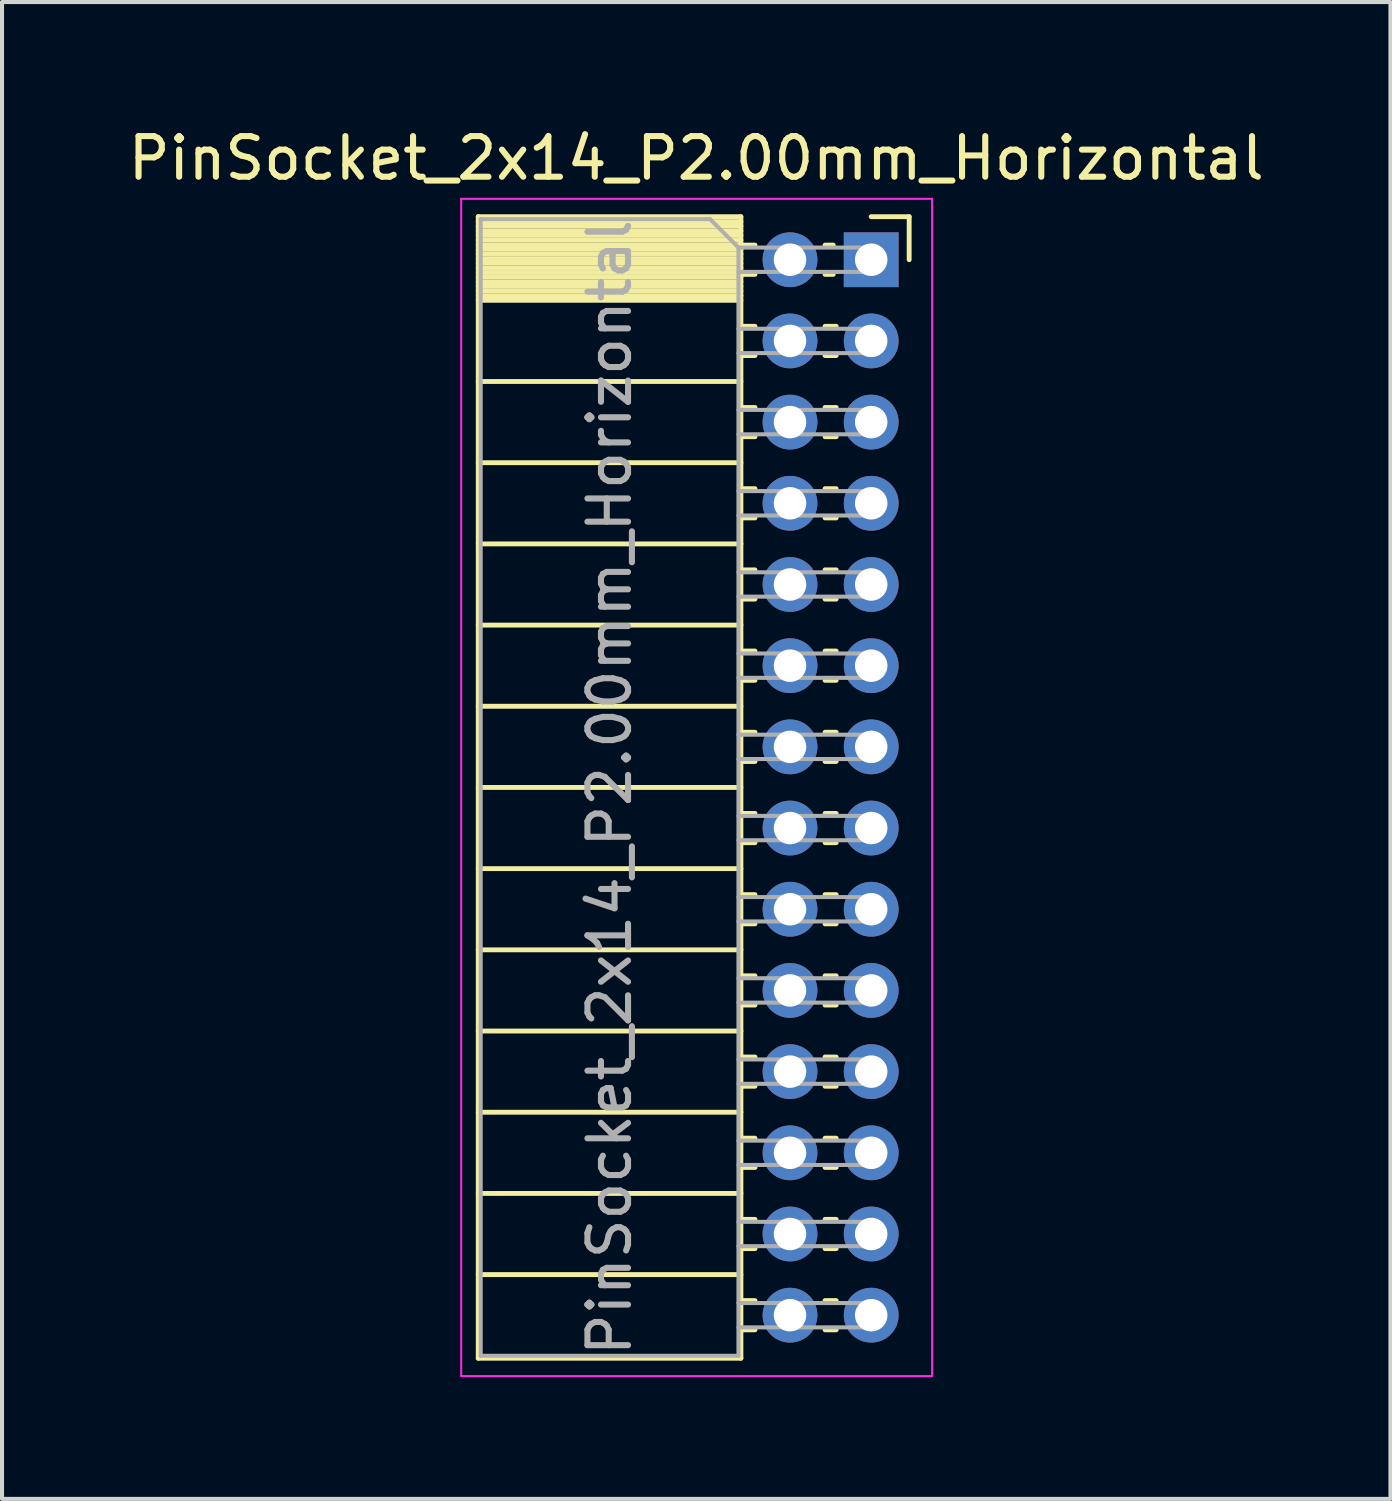
<source format=kicad_pcb>
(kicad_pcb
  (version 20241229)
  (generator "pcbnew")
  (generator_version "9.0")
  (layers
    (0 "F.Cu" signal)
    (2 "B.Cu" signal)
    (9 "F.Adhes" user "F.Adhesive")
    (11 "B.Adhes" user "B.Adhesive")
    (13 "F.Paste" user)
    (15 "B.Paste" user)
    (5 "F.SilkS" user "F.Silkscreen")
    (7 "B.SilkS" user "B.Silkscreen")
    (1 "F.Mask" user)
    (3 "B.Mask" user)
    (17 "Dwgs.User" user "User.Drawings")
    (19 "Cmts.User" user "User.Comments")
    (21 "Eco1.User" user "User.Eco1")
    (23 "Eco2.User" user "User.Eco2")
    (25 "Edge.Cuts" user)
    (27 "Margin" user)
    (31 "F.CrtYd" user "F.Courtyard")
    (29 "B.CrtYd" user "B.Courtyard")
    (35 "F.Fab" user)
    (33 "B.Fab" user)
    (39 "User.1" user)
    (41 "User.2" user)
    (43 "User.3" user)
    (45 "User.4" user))
  (footprint "PinSocket_2x14_P2.00mm_Horizontal"
    (layer "F.Cu")
    (at 18.411 3.348)
    (property "Reference" "PinSocket_2x14_P2.00mm_Horizontal" (at -4.31 -2.5 0) (layer "F.SilkS") (effects (font (size 1 1) (thickness 0.15))))
    (attr through_hole)
    (fp_line (start -9.68 -1.06) (end -9.68 27.06) (stroke (width 0.12) (type solid)) (layer "F.SilkS"))
    (fp_line (start -9.68 -1.06) (end -3.21 -1.06) (stroke (width 0.12) (type solid)) (layer "F.SilkS"))
    (fp_line (start -9.68 -0.94) (end -3.21 -0.94) (stroke (width 0.12) (type solid)) (layer "F.SilkS"))
    (fp_line (start -9.68 -0.826) (end -3.21 -0.826) (stroke (width 0.12) (type solid)) (layer "F.SilkS"))
    (fp_line (start -9.68 -0.712) (end -3.21 -0.712) (stroke (width 0.12) (type solid)) (layer "F.SilkS"))
    (fp_line (start -9.68 -0.598) (end -3.21 -0.598) (stroke (width 0.12) (type solid)) (layer "F.SilkS"))
    (fp_line (start -9.68 -0.484) (end -3.21 -0.484) (stroke (width 0.12) (type solid)) (layer "F.SilkS"))
    (fp_line (start -9.68 -0.369) (end -3.21 -0.369) (stroke (width 0.12) (type solid)) (layer "F.SilkS"))
    (fp_line (start -9.68 -0.255) (end -3.21 -0.255) (stroke (width 0.12) (type solid)) (layer "F.SilkS"))
    (fp_line (start -9.68 -0.141) (end -3.21 -0.141) (stroke (width 0.12) (type solid)) (layer "F.SilkS"))
    (fp_line (start -9.68 -0.027) (end -3.21 -0.027) (stroke (width 0.12) (type solid)) (layer "F.SilkS"))
    (fp_line (start -9.68 0.087) (end -3.21 0.087) (stroke (width 0.12) (type solid)) (layer "F.SilkS"))
    (fp_line (start -9.68 0.201) (end -3.21 0.201) (stroke (width 0.12) (type solid)) (layer "F.SilkS"))
    (fp_line (start -9.68 0.315) (end -3.21 0.315) (stroke (width 0.12) (type solid)) (layer "F.SilkS"))
    (fp_line (start -9.68 0.429) (end -3.21 0.429) (stroke (width 0.12) (type solid)) (layer "F.SilkS"))
    (fp_line (start -9.68 0.544) (end -3.21 0.544) (stroke (width 0.12) (type solid)) (layer "F.SilkS"))
    (fp_line (start -9.68 0.658) (end -3.21 0.658) (stroke (width 0.12) (type solid)) (layer "F.SilkS"))
    (fp_line (start -9.68 0.772) (end -3.21 0.772) (stroke (width 0.12) (type solid)) (layer "F.SilkS"))
    (fp_line (start -9.68 0.886) (end -3.21 0.886) (stroke (width 0.12) (type solid)) (layer "F.SilkS"))
    (fp_line (start -9.68 1) (end -3.21 1) (stroke (width 0.12) (type solid)) (layer "F.SilkS"))
    (fp_line (start -9.68 3) (end -3.21 3) (stroke (width 0.12) (type solid)) (layer "F.SilkS"))
    (fp_line (start -9.68 5) (end -3.21 5) (stroke (width 0.12) (type solid)) (layer "F.SilkS"))
    (fp_line (start -9.68 7) (end -3.21 7) (stroke (width 0.12) (type solid)) (layer "F.SilkS"))
    (fp_line (start -9.68 9) (end -3.21 9) (stroke (width 0.12) (type solid)) (layer "F.SilkS"))
    (fp_line (start -9.68 11) (end -3.21 11) (stroke (width 0.12) (type solid)) (layer "F.SilkS"))
    (fp_line (start -9.68 13) (end -3.21 13) (stroke (width 0.12) (type solid)) (layer "F.SilkS"))
    (fp_line (start -9.68 15) (end -3.21 15) (stroke (width 0.12) (type solid)) (layer "F.SilkS"))
    (fp_line (start -9.68 17) (end -3.21 17) (stroke (width 0.12) (type solid)) (layer "F.SilkS"))
    (fp_line (start -9.68 19) (end -3.21 19) (stroke (width 0.12) (type solid)) (layer "F.SilkS"))
    (fp_line (start -9.68 21) (end -3.21 21) (stroke (width 0.12) (type solid)) (layer "F.SilkS"))
    (fp_line (start -9.68 23) (end -3.21 23) (stroke (width 0.12) (type solid)) (layer "F.SilkS"))
    (fp_line (start -9.68 25) (end -3.21 25) (stroke (width 0.12) (type solid)) (layer "F.SilkS"))
    (fp_line (start -9.68 27.06) (end -3.21 27.06) (stroke (width 0.12) (type solid)) (layer "F.SilkS"))
    (fp_line (start -3.21 -1.06) (end -3.21 27.06) (stroke (width 0.12) (type solid)) (layer "F.SilkS"))
    (fp_line (start -3.21 -0.36) (end -2.863 -0.36) (stroke (width 0.12) (type solid)) (layer "F.SilkS"))
    (fp_line (start -3.21 0.36) (end -2.863 0.36) (stroke (width 0.12) (type solid)) (layer "F.SilkS"))
    (fp_line (start -3.21 1.64) (end -2.863 1.64) (stroke (width 0.12) (type solid)) (layer "F.SilkS"))
    (fp_line (start -3.21 2.36) (end -2.863 2.36) (stroke (width 0.12) (type solid)) (layer "F.SilkS"))
    (fp_line (start -3.21 3.64) (end -2.863 3.64) (stroke (width 0.12) (type solid)) (layer "F.SilkS"))
    (fp_line (start -3.21 4.36) (end -2.863 4.36) (stroke (width 0.12) (type solid)) (layer "F.SilkS"))
    (fp_line (start -3.21 5.64) (end -2.863 5.64) (stroke (width 0.12) (type solid)) (layer "F.SilkS"))
    (fp_line (start -3.21 6.36) (end -2.863 6.36) (stroke (width 0.12) (type solid)) (layer "F.SilkS"))
    (fp_line (start -3.21 7.64) (end -2.863 7.64) (stroke (width 0.12) (type solid)) (layer "F.SilkS"))
    (fp_line (start -3.21 8.36) (end -2.863 8.36) (stroke (width 0.12) (type solid)) (layer "F.SilkS"))
    (fp_line (start -3.21 9.64) (end -2.863 9.64) (stroke (width 0.12) (type solid)) (layer "F.SilkS"))
    (fp_line (start -3.21 10.36) (end -2.863 10.36) (stroke (width 0.12) (type solid)) (layer "F.SilkS"))
    (fp_line (start -3.21 11.64) (end -2.863 11.64) (stroke (width 0.12) (type solid)) (layer "F.SilkS"))
    (fp_line (start -3.21 12.36) (end -2.863 12.36) (stroke (width 0.12) (type solid)) (layer "F.SilkS"))
    (fp_line (start -3.21 13.64) (end -2.863 13.64) (stroke (width 0.12) (type solid)) (layer "F.SilkS"))
    (fp_line (start -3.21 14.36) (end -2.863 14.36) (stroke (width 0.12) (type solid)) (layer "F.SilkS"))
    (fp_line (start -3.21 15.64) (end -2.863 15.64) (stroke (width 0.12) (type solid)) (layer "F.SilkS"))
    (fp_line (start -3.21 16.36) (end -2.863 16.36) (stroke (width 0.12) (type solid)) (layer "F.SilkS"))
    (fp_line (start -3.21 17.64) (end -2.863 17.64) (stroke (width 0.12) (type solid)) (layer "F.SilkS"))
    (fp_line (start -3.21 18.36) (end -2.863 18.36) (stroke (width 0.12) (type solid)) (layer "F.SilkS"))
    (fp_line (start -3.21 19.64) (end -2.863 19.64) (stroke (width 0.12) (type solid)) (layer "F.SilkS"))
    (fp_line (start -3.21 20.36) (end -2.863 20.36) (stroke (width 0.12) (type solid)) (layer "F.SilkS"))
    (fp_line (start -3.21 21.64) (end -2.863 21.64) (stroke (width 0.12) (type solid)) (layer "F.SilkS"))
    (fp_line (start -3.21 22.36) (end -2.863 22.36) (stroke (width 0.12) (type solid)) (layer "F.SilkS"))
    (fp_line (start -3.21 23.64) (end -2.863 23.64) (stroke (width 0.12) (type solid)) (layer "F.SilkS"))
    (fp_line (start -3.21 24.36) (end -2.863 24.36) (stroke (width 0.12) (type solid)) (layer "F.SilkS"))
    (fp_line (start -3.21 25.64) (end -2.863 25.64) (stroke (width 0.12) (type solid)) (layer "F.SilkS"))
    (fp_line (start -3.21 26.36) (end -2.863 26.36) (stroke (width 0.12) (type solid)) (layer "F.SilkS"))
    (fp_line (start -1.137 -0.36) (end -0.935 -0.36) (stroke (width 0.12) (type solid)) (layer "F.SilkS"))
    (fp_line (start -1.137 0.36) (end -0.935 0.36) (stroke (width 0.12) (type solid)) (layer "F.SilkS"))
    (fp_line (start -1.137 1.64) (end -0.863 1.64) (stroke (width 0.12) (type solid)) (layer "F.SilkS"))
    (fp_line (start -1.137 2.36) (end -0.863 2.36) (stroke (width 0.12) (type solid)) (layer "F.SilkS"))
    (fp_line (start -1.137 3.64) (end -0.863 3.64) (stroke (width 0.12) (type solid)) (layer "F.SilkS"))
    (fp_line (start -1.137 4.36) (end -0.863 4.36) (stroke (width 0.12) (type solid)) (layer "F.SilkS"))
    (fp_line (start -1.137 5.64) (end -0.863 5.64) (stroke (width 0.12) (type solid)) (layer "F.SilkS"))
    (fp_line (start -1.137 6.36) (end -0.863 6.36) (stroke (width 0.12) (type solid)) (layer "F.SilkS"))
    (fp_line (start -1.137 7.64) (end -0.863 7.64) (stroke (width 0.12) (type solid)) (layer "F.SilkS"))
    (fp_line (start -1.137 8.36) (end -0.863 8.36) (stroke (width 0.12) (type solid)) (layer "F.SilkS"))
    (fp_line (start -1.137 9.64) (end -0.863 9.64) (stroke (width 0.12) (type solid)) (layer "F.SilkS"))
    (fp_line (start -1.137 10.36) (end -0.863 10.36) (stroke (width 0.12) (type solid)) (layer "F.SilkS"))
    (fp_line (start -1.137 11.64) (end -0.863 11.64) (stroke (width 0.12) (type solid)) (layer "F.SilkS"))
    (fp_line (start -1.137 12.36) (end -0.863 12.36) (stroke (width 0.12) (type solid)) (layer "F.SilkS"))
    (fp_line (start -1.137 13.64) (end -0.863 13.64) (stroke (width 0.12) (type solid)) (layer "F.SilkS"))
    (fp_line (start -1.137 14.36) (end -0.863 14.36) (stroke (width 0.12) (type solid)) (layer "F.SilkS"))
    (fp_line (start -1.137 15.64) (end -0.863 15.64) (stroke (width 0.12) (type solid)) (layer "F.SilkS"))
    (fp_line (start -1.137 16.36) (end -0.863 16.36) (stroke (width 0.12) (type solid)) (layer "F.SilkS"))
    (fp_line (start -1.137 17.64) (end -0.863 17.64) (stroke (width 0.12) (type solid)) (layer "F.SilkS"))
    (fp_line (start -1.137 18.36) (end -0.863 18.36) (stroke (width 0.12) (type solid)) (layer "F.SilkS"))
    (fp_line (start -1.137 19.64) (end -0.863 19.64) (stroke (width 0.12) (type solid)) (layer "F.SilkS"))
    (fp_line (start -1.137 20.36) (end -0.863 20.36) (stroke (width 0.12) (type solid)) (layer "F.SilkS"))
    (fp_line (start -1.137 21.64) (end -0.863 21.64) (stroke (width 0.12) (type solid)) (layer "F.SilkS"))
    (fp_line (start -1.137 22.36) (end -0.863 22.36) (stroke (width 0.12) (type solid)) (layer "F.SilkS"))
    (fp_line (start -1.137 23.64) (end -0.863 23.64) (stroke (width 0.12) (type solid)) (layer "F.SilkS"))
    (fp_line (start -1.137 24.36) (end -0.863 24.36) (stroke (width 0.12) (type solid)) (layer "F.SilkS"))
    (fp_line (start -1.137 25.64) (end -0.863 25.64) (stroke (width 0.12) (type solid)) (layer "F.SilkS"))
    (fp_line (start -1.137 26.36) (end -0.863 26.36) (stroke (width 0.12) (type solid)) (layer "F.SilkS"))
    (fp_line (start 0 -1.06) (end 0.935 -1.06) (stroke (width 0.12) (type solid)) (layer "F.SilkS"))
    (fp_line (start 0.935 -1.06) (end 0.935 0) (stroke (width 0.12) (type solid)) (layer "F.SilkS"))
    (fp_line (start -10.1 -1.5) (end -10.1 27.5) (stroke (width 0.05) (type solid)) (layer "F.CrtYd"))
    (fp_line (start -10.1 27.5) (end 1.5 27.5) (stroke (width 0.05) (type solid)) (layer "F.CrtYd"))
    (fp_line (start 1.5 -1.5) (end -10.1 -1.5) (stroke (width 0.05) (type solid)) (layer "F.CrtYd"))
    (fp_line (start 1.5 27.5) (end 1.5 -1.5) (stroke (width 0.05) (type solid)) (layer "F.CrtYd"))
    (fp_line (start -9.62 -1) (end -3.97 -1) (stroke (width 0.1) (type solid)) (layer "F.Fab"))
    (fp_line (start -9.62 27) (end -9.62 -1) (stroke (width 0.1) (type solid)) (layer "F.Fab"))
    (fp_line (start -3.97 -1) (end -3.27 -0.3) (stroke (width 0.1) (type solid)) (layer "F.Fab"))
    (fp_line (start -3.27 -0.3) (end -3.27 27) (stroke (width 0.1) (type solid)) (layer "F.Fab"))
    (fp_line (start -3.27 0.3) (end 0 0.3) (stroke (width 0.1) (type solid)) (layer "F.Fab"))
    (fp_line (start -3.27 2.3) (end 0 2.3) (stroke (width 0.1) (type solid)) (layer "F.Fab"))
    (fp_line (start -3.27 4.3) (end 0 4.3) (stroke (width 0.1) (type solid)) (layer "F.Fab"))
    (fp_line (start -3.27 6.3) (end 0 6.3) (stroke (width 0.1) (type solid)) (layer "F.Fab"))
    (fp_line (start -3.27 8.3) (end 0 8.3) (stroke (width 0.1) (type solid)) (layer "F.Fab"))
    (fp_line (start -3.27 10.3) (end 0 10.3) (stroke (width 0.1) (type solid)) (layer "F.Fab"))
    (fp_line (start -3.27 12.3) (end 0 12.3) (stroke (width 0.1) (type solid)) (layer "F.Fab"))
    (fp_line (start -3.27 14.3) (end 0 14.3) (stroke (width 0.1) (type solid)) (layer "F.Fab"))
    (fp_line (start -3.27 16.3) (end 0 16.3) (stroke (width 0.1) (type solid)) (layer "F.Fab"))
    (fp_line (start -3.27 18.3) (end 0 18.3) (stroke (width 0.1) (type solid)) (layer "F.Fab"))
    (fp_line (start -3.27 20.3) (end 0 20.3) (stroke (width 0.1) (type solid)) (layer "F.Fab"))
    (fp_line (start -3.27 22.3) (end 0 22.3) (stroke (width 0.1) (type solid)) (layer "F.Fab"))
    (fp_line (start -3.27 24.3) (end 0 24.3) (stroke (width 0.1) (type solid)) (layer "F.Fab"))
    (fp_line (start -3.27 26.3) (end 0 26.3) (stroke (width 0.1) (type solid)) (layer "F.Fab"))
    (fp_line (start -3.27 27) (end -9.62 27) (stroke (width 0.1) (type solid)) (layer "F.Fab"))
    (fp_line (start 0 -0.3) (end -3.27 -0.3) (stroke (width 0.1) (type solid)) (layer "F.Fab"))
    (fp_line (start 0 0.3) (end 0 -0.3) (stroke (width 0.1) (type solid)) (layer "F.Fab"))
    (fp_line (start 0 1.7) (end -3.27 1.7) (stroke (width 0.1) (type solid)) (layer "F.Fab"))
    (fp_line (start 0 2.3) (end 0 1.7) (stroke (width 0.1) (type solid)) (layer "F.Fab"))
    (fp_line (start 0 3.7) (end -3.27 3.7) (stroke (width 0.1) (type solid)) (layer "F.Fab"))
    (fp_line (start 0 4.3) (end 0 3.7) (stroke (width 0.1) (type solid)) (layer "F.Fab"))
    (fp_line (start 0 5.7) (end -3.27 5.7) (stroke (width 0.1) (type solid)) (layer "F.Fab"))
    (fp_line (start 0 6.3) (end 0 5.7) (stroke (width 0.1) (type solid)) (layer "F.Fab"))
    (fp_line (start 0 7.7) (end -3.27 7.7) (stroke (width 0.1) (type solid)) (layer "F.Fab"))
    (fp_line (start 0 8.3) (end 0 7.7) (stroke (width 0.1) (type solid)) (layer "F.Fab"))
    (fp_line (start 0 9.7) (end -3.27 9.7) (stroke (width 0.1) (type solid)) (layer "F.Fab"))
    (fp_line (start 0 10.3) (end 0 9.7) (stroke (width 0.1) (type solid)) (layer "F.Fab"))
    (fp_line (start 0 11.7) (end -3.27 11.7) (stroke (width 0.1) (type solid)) (layer "F.Fab"))
    (fp_line (start 0 12.3) (end 0 11.7) (stroke (width 0.1) (type solid)) (layer "F.Fab"))
    (fp_line (start 0 13.7) (end -3.27 13.7) (stroke (width 0.1) (type solid)) (layer "F.Fab"))
    (fp_line (start 0 14.3) (end 0 13.7) (stroke (width 0.1) (type solid)) (layer "F.Fab"))
    (fp_line (start 0 15.7) (end -3.27 15.7) (stroke (width 0.1) (type solid)) (layer "F.Fab"))
    (fp_line (start 0 16.3) (end 0 15.7) (stroke (width 0.1) (type solid)) (layer "F.Fab"))
    (fp_line (start 0 17.7) (end -3.27 17.7) (stroke (width 0.1) (type solid)) (layer "F.Fab"))
    (fp_line (start 0 18.3) (end 0 17.7) (stroke (width 0.1) (type solid)) (layer "F.Fab"))
    (fp_line (start 0 19.7) (end -3.27 19.7) (stroke (width 0.1) (type solid)) (layer "F.Fab"))
    (fp_line (start 0 20.3) (end 0 19.7) (stroke (width 0.1) (type solid)) (layer "F.Fab"))
    (fp_line (start 0 21.7) (end -3.27 21.7) (stroke (width 0.1) (type solid)) (layer "F.Fab"))
    (fp_line (start 0 22.3) (end 0 21.7) (stroke (width 0.1) (type solid)) (layer "F.Fab"))
    (fp_line (start 0 23.7) (end -3.27 23.7) (stroke (width 0.1) (type solid)) (layer "F.Fab"))
    (fp_line (start 0 24.3) (end 0 23.7) (stroke (width 0.1) (type solid)) (layer "F.Fab"))
    (fp_line (start 0 25.7) (end -3.27 25.7) (stroke (width 0.1) (type solid)) (layer "F.Fab"))
    (fp_line (start 0 26.3) (end 0 25.7) (stroke (width 0.1) (type solid)) (layer "F.Fab"))
    (fp_text user "${REFERENCE}" (at -6.445 13 90) (layer "F.Fab") (effects (font (size 1 1) (thickness 0.15))))
    (pad "1" thru_hole rect (at 0 0) (size 1.35 1.35) (drill 0.8) (layers "*.Cu" "*.Mask"))
    (pad "2" thru_hole circle (at -2 0) (size 1.35 1.35) (drill 0.8) (layers "*.Cu" "*.Mask"))
    (pad "3" thru_hole circle (at 0 2) (size 1.35 1.35) (drill 0.8) (layers "*.Cu" "*.Mask"))
    (pad "4" thru_hole circle (at -2 2) (size 1.35 1.35) (drill 0.8) (layers "*.Cu" "*.Mask"))
    (pad "5" thru_hole circle (at 0 4) (size 1.35 1.35) (drill 0.8) (layers "*.Cu" "*.Mask"))
    (pad "6" thru_hole circle (at -2 4) (size 1.35 1.35) (drill 0.8) (layers "*.Cu" "*.Mask"))
    (pad "7" thru_hole circle (at 0 6) (size 1.35 1.35) (drill 0.8) (layers "*.Cu" "*.Mask"))
    (pad "8" thru_hole circle (at -2 6) (size 1.35 1.35) (drill 0.8) (layers "*.Cu" "*.Mask"))
    (pad "9" thru_hole circle (at 0 8) (size 1.35 1.35) (drill 0.8) (layers "*.Cu" "*.Mask"))
    (pad "10" thru_hole circle (at -2 8) (size 1.35 1.35) (drill 0.8) (layers "*.Cu" "*.Mask"))
    (pad "11" thru_hole circle (at 0 10) (size 1.35 1.35) (drill 0.8) (layers "*.Cu" "*.Mask"))
    (pad "12" thru_hole circle (at -2 10) (size 1.35 1.35) (drill 0.8) (layers "*.Cu" "*.Mask"))
    (pad "13" thru_hole circle (at 0 12) (size 1.35 1.35) (drill 0.8) (layers "*.Cu" "*.Mask"))
    (pad "14" thru_hole circle (at -2 12) (size 1.35 1.35) (drill 0.8) (layers "*.Cu" "*.Mask"))
    (pad "15" thru_hole circle (at 0 14) (size 1.35 1.35) (drill 0.8) (layers "*.Cu" "*.Mask"))
    (pad "16" thru_hole circle (at -2 14) (size 1.35 1.35) (drill 0.8) (layers "*.Cu" "*.Mask"))
    (pad "17" thru_hole circle (at 0 16) (size 1.35 1.35) (drill 0.8) (layers "*.Cu" "*.Mask"))
    (pad "18" thru_hole circle (at -2 16) (size 1.35 1.35) (drill 0.8) (layers "*.Cu" "*.Mask"))
    (pad "19" thru_hole circle (at 0 18) (size 1.35 1.35) (drill 0.8) (layers "*.Cu" "*.Mask"))
    (pad "20" thru_hole circle (at -2 18) (size 1.35 1.35) (drill 0.8) (layers "*.Cu" "*.Mask"))
    (pad "21" thru_hole circle (at 0 20) (size 1.35 1.35) (drill 0.8) (layers "*.Cu" "*.Mask"))
    (pad "22" thru_hole circle (at -2 20) (size 1.35 1.35) (drill 0.8) (layers "*.Cu" "*.Mask"))
    (pad "23" thru_hole circle (at 0 22) (size 1.35 1.35) (drill 0.8) (layers "*.Cu" "*.Mask"))
    (pad "24" thru_hole circle (at -2 22) (size 1.35 1.35) (drill 0.8) (layers "*.Cu" "*.Mask"))
    (pad "25" thru_hole circle (at 0 24) (size 1.35 1.35) (drill 0.8) (layers "*.Cu" "*.Mask"))
    (pad "26" thru_hole circle (at -2 24) (size 1.35 1.35) (drill 0.8) (layers "*.Cu" "*.Mask"))
    (pad "27" thru_hole circle (at 0 26) (size 1.35 1.35) (drill 0.8) (layers "*.Cu" "*.Mask"))
    (pad "28" thru_hole circle (at -2 26) (size 1.35 1.35) (drill 0.8) (layers "*.Cu" "*.Mask")))
  (gr_rect
    (start -3 -3)
    (end 31.202 33.873)
    (stroke (width 0.1) (type default))
    (fill no)
    (layer "Edge.Cuts")))
</source>
